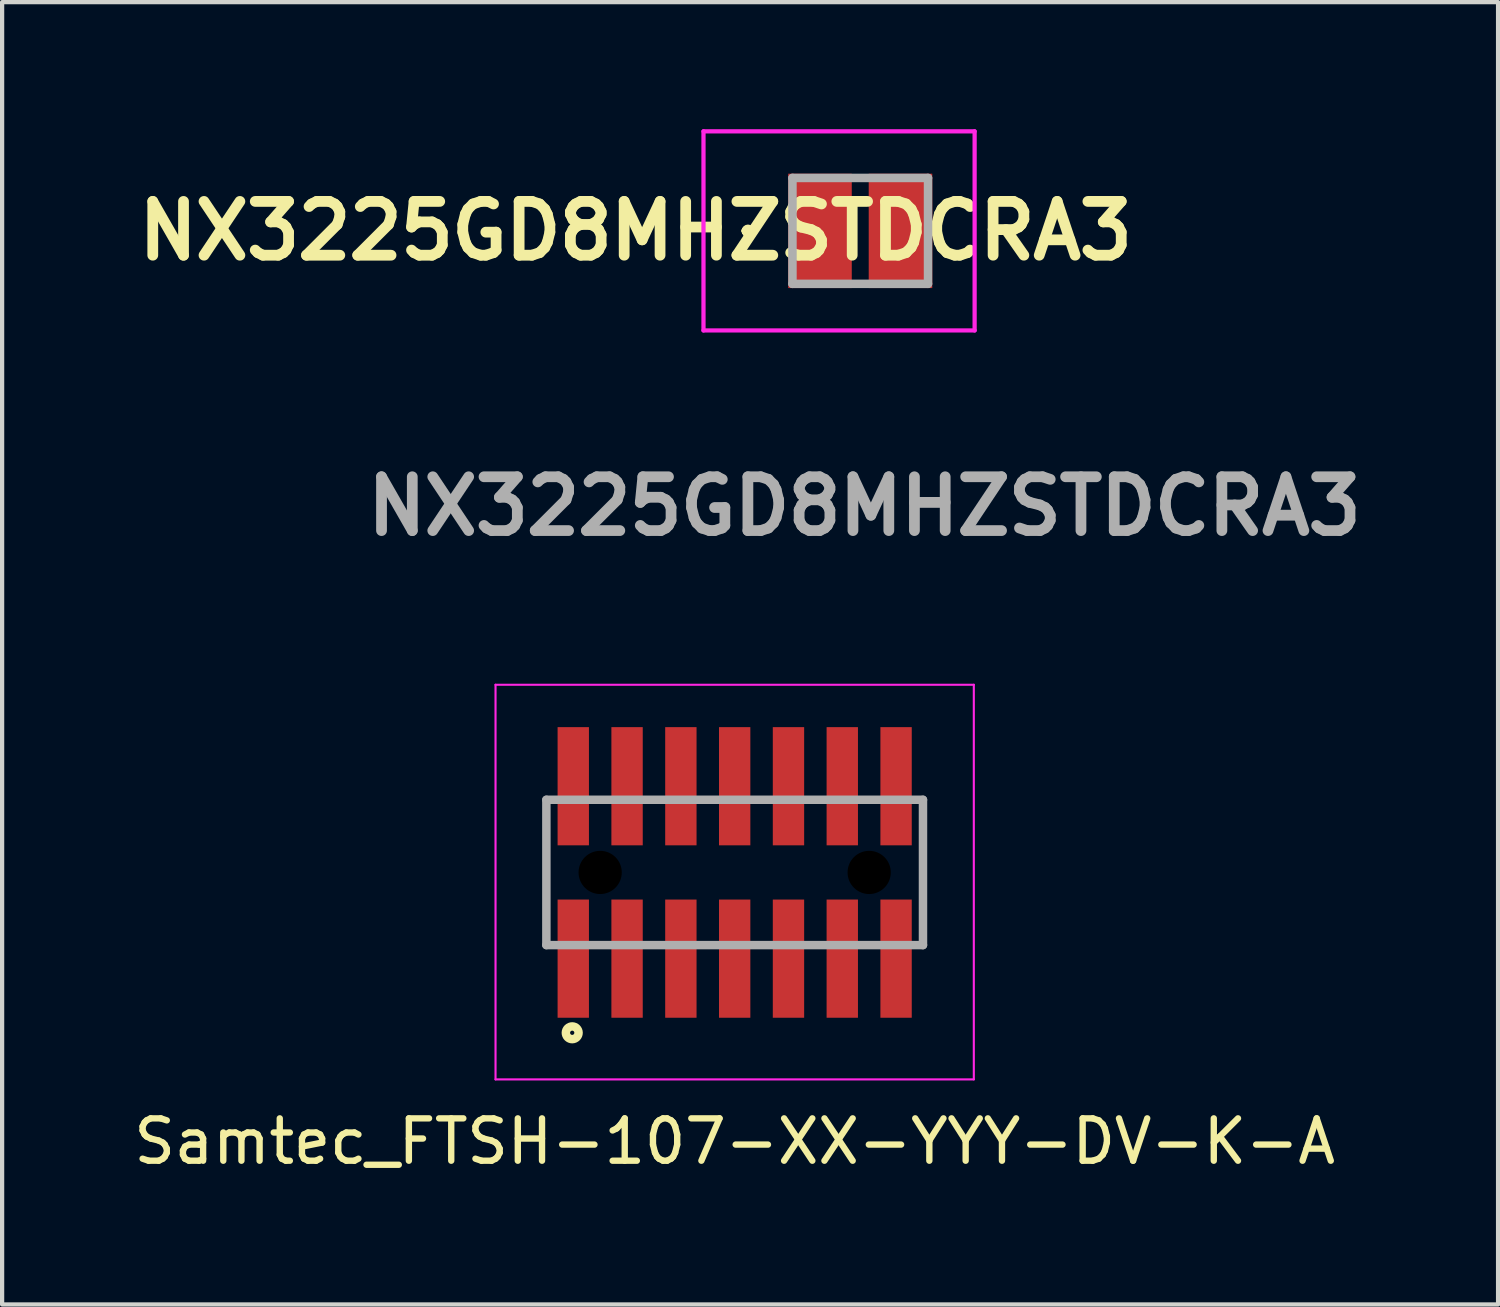
<source format=kicad_pcb>
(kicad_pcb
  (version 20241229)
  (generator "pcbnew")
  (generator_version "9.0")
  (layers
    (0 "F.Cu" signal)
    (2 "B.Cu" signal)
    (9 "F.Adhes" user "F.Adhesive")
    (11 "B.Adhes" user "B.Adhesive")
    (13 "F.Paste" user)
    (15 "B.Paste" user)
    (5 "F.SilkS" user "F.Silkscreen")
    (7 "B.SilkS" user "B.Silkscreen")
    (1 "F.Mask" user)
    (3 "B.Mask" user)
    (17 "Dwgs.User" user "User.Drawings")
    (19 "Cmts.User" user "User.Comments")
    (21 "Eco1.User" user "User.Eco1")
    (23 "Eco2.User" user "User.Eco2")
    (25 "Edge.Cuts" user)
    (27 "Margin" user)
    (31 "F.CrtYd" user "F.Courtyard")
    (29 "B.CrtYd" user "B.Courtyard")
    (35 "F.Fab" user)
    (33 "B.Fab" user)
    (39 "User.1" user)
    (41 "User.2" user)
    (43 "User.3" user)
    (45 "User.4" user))
  (footprint "NX3225GD8MHZSTDCRA3"
    (layer "F.Cu")
    (at 17.256 2.4)
    (property "Reference" "NX3225GD8MHZSTDCRA3" (at -5.3 0 180) (layer "F.SilkS") (effects (font (size 1.27 1.27) (thickness 0.254))))
    (attr smd)
    (fp_line (start -2.7 0) (end -2.7 0) (stroke (width 0.2) (type solid)) (layer "F.SilkS"))
    (fp_line (start -2.7 0) (end -2.7 0) (stroke (width 0.2) (type solid)) (layer "F.SilkS"))
    (fp_line (start -2.6 0) (end -2.6 0) (stroke (width 0.2) (type solid)) (layer "F.SilkS"))
    (fp_arc (start -2.7 0) (mid -2.65 -0.05) (end -2.6 0) (stroke (width 0.2) (type solid)) (layer "F.SilkS"))
    (fp_arc (start -2.6 0) (mid -2.65 0.05) (end -2.7 0) (stroke (width 0.2) (type solid)) (layer "F.SilkS"))
    (fp_arc (start -2.6 0) (mid -2.65 0.05) (end -2.7 0) (stroke (width 0.2) (type solid)) (layer "F.SilkS"))
    (fp_line (start -3.7 -2.35) (end 2.7 -2.35) (stroke (width 0.1) (type solid)) (layer "F.CrtYd"))
    (fp_line (start -3.7 2.35) (end -3.7 -2.35) (stroke (width 0.1) (type solid)) (layer "F.CrtYd"))
    (fp_line (start 2.7 -2.35) (end 2.7 2.35) (stroke (width 0.1) (type solid)) (layer "F.CrtYd"))
    (fp_line (start 2.7 2.35) (end -3.7 2.35) (stroke (width 0.1) (type solid)) (layer "F.CrtYd"))
    (fp_line (start -1.6 -1.25) (end -1.6 1.25) (stroke (width 0.2) (type solid)) (layer "F.Fab"))
    (fp_line (start -1.6 1.25) (end 1.6 1.25) (stroke (width 0.2) (type solid)) (layer "F.Fab"))
    (fp_line (start 1.6 -1.25) (end -1.6 -1.25) (stroke (width 0.2) (type solid)) (layer "F.Fab"))
    (fp_line (start 1.6 1.25) (end 1.6 -1.25) (stroke (width 0.2) (type solid)) (layer "F.Fab"))
    (fp_text user "${REFERENCE}" (at 0.1 6.5 0) (layer "F.Fab") (effects (font (size 1.27 1.27) (thickness 0.254))))
    (pad "1" smd rect (at -0.95 0) (size 1.5 2.7) (layers "F.Cu" "F.Mask" "F.Paste"))
    (pad "2" smd rect (at 0.95 0) (size 1.5 2.7) (layers "F.Cu" "F.Mask" "F.Paste")))
  (footprint "Samtec_FTSH-107-XX-YYY-DV-K-A"
    (layer "F.Cu")
    (at 14.292 17.544)
    (property "Reference" "Samtec_FTSH-107-XX-YYY-DV-K-A" (at 0 6.35 180) (layer "F.SilkS") (effects (font (size 1 1) (thickness 0.15))))
    (attr smd)
    (fp_line (start -4.445 1.715) (end -4.445 -1.715) (stroke (width 0.1) (type solid)) (layer "F.SilkS"))
    (fp_line (start 4.445 -1.715) (end 4.445 1.715) (stroke (width 0.1) (type solid)) (layer "F.SilkS"))
    (fp_circle (center -3.835 3.785) (end -3.835 3.835) (stroke (width 0.2) (type solid)) (fill no) (layer "F.SilkS"))
    (fp_line (start -5.645 -4.43) (end 5.645 -4.43) (stroke (width 0.05) (type solid)) (layer "F.CrtYd"))
    (fp_line (start -5.645 4.885) (end -5.645 -4.43) (stroke (width 0.05) (type solid)) (layer "F.CrtYd"))
    (fp_line (start 5.645 -4.43) (end 5.645 4.885) (stroke (width 0.05) (type solid)) (layer "F.CrtYd"))
    (fp_line (start 5.645 4.885) (end -5.645 4.885) (stroke (width 0.05) (type solid)) (layer "F.CrtYd"))
    (fp_line (start -4.445 -1.715) (end 4.445 -1.715) (stroke (width 0.2) (type solid)) (layer "F.Fab"))
    (fp_line (start -4.445 1.715) (end -4.445 -1.715) (stroke (width 0.2) (type solid)) (layer "F.Fab"))
    (fp_line (start 4.445 -1.715) (end 4.445 1.715) (stroke (width 0.2) (type solid)) (layer "F.Fab"))
    (fp_line (start 4.445 1.715) (end -4.445 1.715) (stroke (width 0.2) (type solid)) (layer "F.Fab"))
    (pad "" np_thru_hole circle (at -3.175 0) (size 1.02 1.02) (drill 1.02) (layers "*.Mask"))
    (pad "" np_thru_hole circle (at 3.175 0) (size 1.02 1.02) (drill 1.02) (layers "*.Mask"))
    (pad "1" smd rect (at -3.81 2.035) (size 0.74 2.79) (layers "F.Cu" "F.Mask" "F.Paste"))
    (pad "2" smd rect (at -3.81 -2.035) (size 0.74 2.79) (layers "F.Cu" "F.Mask" "F.Paste"))
    (pad "3" smd rect (at -2.54 2.035) (size 0.74 2.79) (layers "F.Cu" "F.Mask" "F.Paste"))
    (pad "4" smd rect (at -2.54 -2.035) (size 0.74 2.79) (layers "F.Cu" "F.Mask" "F.Paste"))
    (pad "5" smd rect (at -1.27 2.035) (size 0.74 2.79) (layers "F.Cu" "F.Mask" "F.Paste"))
    (pad "6" smd rect (at -1.27 -2.035) (size 0.74 2.79) (layers "F.Cu" "F.Mask" "F.Paste"))
    (pad "7" smd rect (at 0 2.035) (size 0.74 2.79) (layers "F.Cu" "F.Mask" "F.Paste"))
    (pad "8" smd rect (at 0 -2.035) (size 0.74 2.79) (layers "F.Cu" "F.Mask" "F.Paste"))
    (pad "9" smd rect (at 1.27 2.035) (size 0.74 2.79) (layers "F.Cu" "F.Mask" "F.Paste"))
    (pad "10" smd rect (at 1.27 -2.035) (size 0.74 2.79) (layers "F.Cu" "F.Mask" "F.Paste"))
    (pad "11" smd rect (at 2.54 2.035) (size 0.74 2.79) (layers "F.Cu" "F.Mask" "F.Paste"))
    (pad "12" smd rect (at 2.54 -2.035) (size 0.74 2.79) (layers "F.Cu" "F.Mask" "F.Paste"))
    (pad "13" smd rect (at 3.81 2.035) (size 0.74 2.79) (layers "F.Cu" "F.Mask" "F.Paste"))
    (pad "14" smd rect (at 3.81 -2.035) (size 0.74 2.79) (layers "F.Cu" "F.Mask" "F.Paste")))
  (gr_rect
    (start -3 -3)
    (end 32.312 27.742)
    (stroke (width 0.1) (type default))
    (fill no)
    (layer "Edge.Cuts")))
</source>
